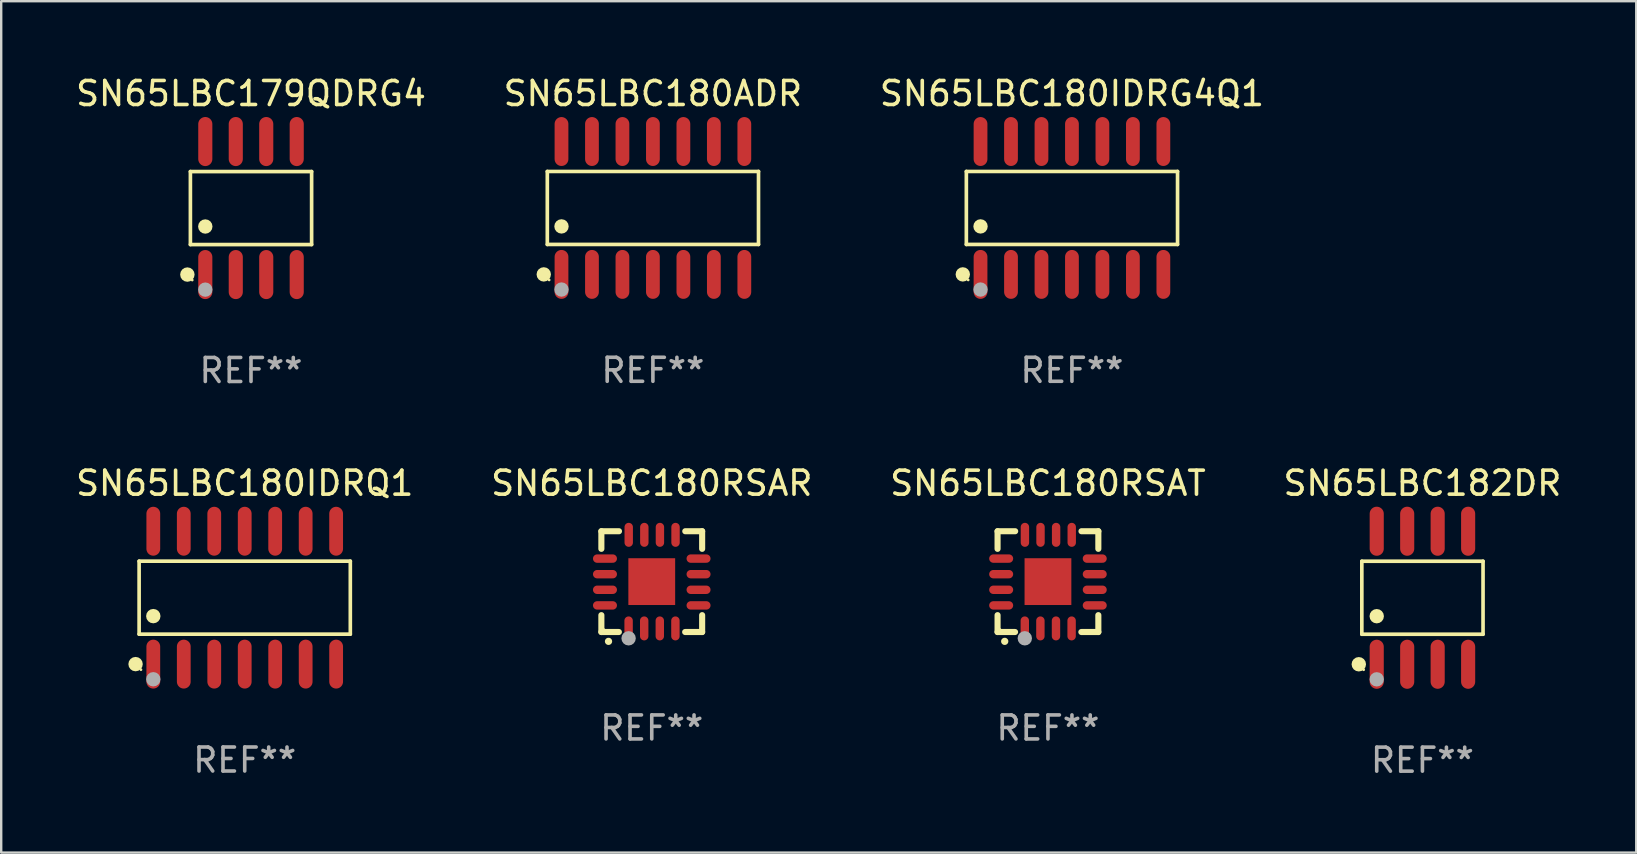
<source format=kicad_pcb>
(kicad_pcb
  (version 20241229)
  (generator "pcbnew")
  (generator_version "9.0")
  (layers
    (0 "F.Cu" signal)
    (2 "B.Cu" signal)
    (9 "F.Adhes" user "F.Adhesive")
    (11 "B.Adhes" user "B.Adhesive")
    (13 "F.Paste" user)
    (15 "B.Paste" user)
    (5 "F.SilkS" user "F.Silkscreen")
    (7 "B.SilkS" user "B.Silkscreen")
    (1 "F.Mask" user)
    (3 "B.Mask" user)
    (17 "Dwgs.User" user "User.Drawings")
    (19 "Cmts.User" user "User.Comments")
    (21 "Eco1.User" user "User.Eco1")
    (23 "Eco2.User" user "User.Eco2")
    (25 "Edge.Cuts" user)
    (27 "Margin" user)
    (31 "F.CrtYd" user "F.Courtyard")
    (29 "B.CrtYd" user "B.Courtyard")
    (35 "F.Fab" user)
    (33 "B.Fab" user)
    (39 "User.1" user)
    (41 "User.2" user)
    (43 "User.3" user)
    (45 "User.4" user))
  (footprint "SN65LBC180IDRQ1"
    (layer "F.Cu")
    (at 7.149 21.859)
    (property "Reference" "SN65LBC180IDRQ1" (at 0 -4.769 0) (layer "F.SilkS") (effects (font (size 1 1) (thickness 0.15))))
    (attr through_hole)
    (fp_line (start -4.401 -1.521) (end 4.401 -1.521) (stroke (width 0.152) (type solid)) (layer "F.SilkS"))
    (fp_line (start -4.401 1.521) (end -4.401 -1.521) (stroke (width 0.152) (type solid)) (layer "F.SilkS"))
    (fp_line (start 4.401 -1.521) (end 4.401 1.521) (stroke (width 0.152) (type solid)) (layer "F.SilkS"))
    (fp_line (start 4.401 1.521) (end -4.401 1.521) (stroke (width 0.152) (type solid)) (layer "F.SilkS"))
    (fp_circle (center -4.549 2.769) (end -4.399 2.769) (stroke (width 0.3) (type solid)) (fill no) (layer "F.SilkS"))
    (fp_circle (center -4.325 3) (end -4.295 3) (stroke (width 0.06) (type solid)) (fill no) (layer "F.SilkS"))
    (fp_circle (center -3.81 0.769) (end -3.66 0.769) (stroke (width 0.3) (type solid)) (fill no) (layer "F.SilkS"))
    (fp_circle (center -3.81 3.4) (end -3.66 3.4) (stroke (width 0.3) (type solid)) (fill no) (layer "F.Fab"))
    (fp_text user "REF**" (at 0 6.769 0) (layer "F.Fab") (effects (font (size 1 1) (thickness 0.15))))
    (pad "1" smd oval (at -3.81 2.769) (size 0.574 2.038) (layers "F.Cu" "F.Mask" "F.Paste"))
    (pad "2" smd oval (at -2.54 2.769) (size 0.574 2.038) (layers "F.Cu" "F.Mask" "F.Paste"))
    (pad "3" smd oval (at -1.27 2.769) (size 0.574 2.038) (layers "F.Cu" "F.Mask" "F.Paste"))
    (pad "4" smd oval (at 0 2.769) (size 0.574 2.038) (layers "F.Cu" "F.Mask" "F.Paste"))
    (pad "5" smd oval (at 1.27 2.769) (size 0.574 2.038) (layers "F.Cu" "F.Mask" "F.Paste"))
    (pad "6" smd oval (at 2.54 2.769) (size 0.574 2.038) (layers "F.Cu" "F.Mask" "F.Paste"))
    (pad "7" smd oval (at 3.81 2.769) (size 0.574 2.038) (layers "F.Cu" "F.Mask" "F.Paste"))
    (pad "8" smd oval (at 3.81 -2.769) (size 0.574 2.038) (layers "F.Cu" "F.Mask" "F.Paste"))
    (pad "9" smd oval (at 2.54 -2.769) (size 0.574 2.038) (layers "F.Cu" "F.Mask" "F.Paste"))
    (pad "10" smd oval (at 1.27 -2.769) (size 0.574 2.038) (layers "F.Cu" "F.Mask" "F.Paste"))
    (pad "11" smd oval (at 0 -2.769) (size 0.574 2.038) (layers "F.Cu" "F.Mask" "F.Paste"))
    (pad "12" smd oval (at -1.27 -2.769) (size 0.574 2.038) (layers "F.Cu" "F.Mask" "F.Paste"))
    (pad "13" smd oval (at -2.54 -2.769) (size 0.574 2.038) (layers "F.Cu" "F.Mask" "F.Paste"))
    (pad "14" smd oval (at -3.81 -2.769) (size 0.574 2.038) (layers "F.Cu" "F.Mask" "F.Paste")))
  (footprint "SN65LBC180IDRG4Q1"
    (layer "F.Cu")
    (at 41.625 5.617)
    (property "Reference" "SN65LBC180IDRG4Q1" (at 0 -4.769 0) (layer "F.SilkS") (effects (font (size 1 1) (thickness 0.15))))
    (attr through_hole)
    (fp_line (start -4.401 -1.521) (end 4.401 -1.521) (stroke (width 0.152) (type solid)) (layer "F.SilkS"))
    (fp_line (start -4.401 1.521) (end -4.401 -1.521) (stroke (width 0.152) (type solid)) (layer "F.SilkS"))
    (fp_line (start 4.401 -1.521) (end 4.401 1.521) (stroke (width 0.152) (type solid)) (layer "F.SilkS"))
    (fp_line (start 4.401 1.521) (end -4.401 1.521) (stroke (width 0.152) (type solid)) (layer "F.SilkS"))
    (fp_circle (center -4.549 2.769) (end -4.399 2.769) (stroke (width 0.3) (type solid)) (fill no) (layer "F.SilkS"))
    (fp_circle (center -4.325 3) (end -4.295 3) (stroke (width 0.06) (type solid)) (fill no) (layer "F.SilkS"))
    (fp_circle (center -3.81 0.769) (end -3.66 0.769) (stroke (width 0.3) (type solid)) (fill no) (layer "F.SilkS"))
    (fp_circle (center -3.81 3.4) (end -3.66 3.4) (stroke (width 0.3) (type solid)) (fill no) (layer "F.Fab"))
    (fp_text user "REF**" (at 0 6.769 0) (layer "F.Fab") (effects (font (size 1 1) (thickness 0.15))))
    (pad "1" smd oval (at -3.81 2.769) (size 0.574 2.038) (layers "F.Cu" "F.Mask" "F.Paste"))
    (pad "2" smd oval (at -2.54 2.769) (size 0.574 2.038) (layers "F.Cu" "F.Mask" "F.Paste"))
    (pad "3" smd oval (at -1.27 2.769) (size 0.574 2.038) (layers "F.Cu" "F.Mask" "F.Paste"))
    (pad "4" smd oval (at 0 2.769) (size 0.574 2.038) (layers "F.Cu" "F.Mask" "F.Paste"))
    (pad "5" smd oval (at 1.27 2.769) (size 0.574 2.038) (layers "F.Cu" "F.Mask" "F.Paste"))
    (pad "6" smd oval (at 2.54 2.769) (size 0.574 2.038) (layers "F.Cu" "F.Mask" "F.Paste"))
    (pad "7" smd oval (at 3.81 2.769) (size 0.574 2.038) (layers "F.Cu" "F.Mask" "F.Paste"))
    (pad "8" smd oval (at 3.81 -2.769) (size 0.574 2.038) (layers "F.Cu" "F.Mask" "F.Paste"))
    (pad "9" smd oval (at 2.54 -2.769) (size 0.574 2.038) (layers "F.Cu" "F.Mask" "F.Paste"))
    (pad "10" smd oval (at 1.27 -2.769) (size 0.574 2.038) (layers "F.Cu" "F.Mask" "F.Paste"))
    (pad "11" smd oval (at 0 -2.769) (size 0.574 2.038) (layers "F.Cu" "F.Mask" "F.Paste"))
    (pad "12" smd oval (at -1.27 -2.769) (size 0.574 2.038) (layers "F.Cu" "F.Mask" "F.Paste"))
    (pad "13" smd oval (at -2.54 -2.769) (size 0.574 2.038) (layers "F.Cu" "F.Mask" "F.Paste"))
    (pad "14" smd oval (at -3.81 -2.769) (size 0.574 2.038) (layers "F.Cu" "F.Mask" "F.Paste")))
  (footprint "SN65LBC179QDRG4"
    (layer "F.Cu")
    (at 7.411 5.621)
    (property "Reference" "SN65LBC179QDRG4" (at 0 -4.772 0) (layer "F.SilkS") (effects (font (size 1 1) (thickness 0.15))))
    (attr through_hole)
    (fp_line (start -2.526 -1.521) (end 2.526 -1.521) (stroke (width 0.152) (type solid)) (layer "F.SilkS"))
    (fp_line (start -2.526 1.521) (end -2.526 -1.521) (stroke (width 0.152) (type solid)) (layer "F.SilkS"))
    (fp_line (start 2.526 -1.521) (end 2.526 1.521) (stroke (width 0.152) (type solid)) (layer "F.SilkS"))
    (fp_line (start 2.526 1.521) (end -2.526 1.521) (stroke (width 0.152) (type solid)) (layer "F.SilkS"))
    (fp_circle (center -2.652 2.772) (end -2.501 2.772) (stroke (width 0.3) (type solid)) (fill no) (layer "F.SilkS"))
    (fp_circle (center -2.45 3) (end -2.42 3) (stroke (width 0.06) (type solid)) (fill no) (layer "F.SilkS"))
    (fp_circle (center -1.905 0.769) (end -1.755 0.769) (stroke (width 0.3) (type solid)) (fill no) (layer "F.SilkS"))
    (fp_circle (center -1.905 3.4) (end -1.755 3.4) (stroke (width 0.3) (type solid)) (fill no) (layer "F.Fab"))
    (fp_text user "REF**" (at 0 6.772 0) (layer "F.Fab") (effects (font (size 1 1) (thickness 0.15))))
    (pad "1" smd oval (at -1.905 2.772) (size 0.588 2.045) (layers "F.Cu" "F.Mask" "F.Paste"))
    (pad "2" smd oval (at -0.635 2.772) (size 0.588 2.045) (layers "F.Cu" "F.Mask" "F.Paste"))
    (pad "3" smd oval (at 0.635 2.772) (size 0.588 2.045) (layers "F.Cu" "F.Mask" "F.Paste"))
    (pad "4" smd oval (at 1.905 2.772) (size 0.588 2.045) (layers "F.Cu" "F.Mask" "F.Paste"))
    (pad "5" smd oval (at 1.905 -2.772) (size 0.588 2.045) (layers "F.Cu" "F.Mask" "F.Paste"))
    (pad "6" smd oval (at 0.635 -2.772) (size 0.588 2.045) (layers "F.Cu" "F.Mask" "F.Paste"))
    (pad "7" smd oval (at -0.635 -2.772) (size 0.588 2.045) (layers "F.Cu" "F.Mask" "F.Paste"))
    (pad "8" smd oval (at -1.905 -2.772) (size 0.588 2.045) (layers "F.Cu" "F.Mask" "F.Paste")))
  (footprint "SN65LBC182DR"
    (layer "F.Cu")
    (at 56.232 21.862)
    (property "Reference" "SN65LBC182DR" (at 0 -4.772 0) (layer "F.SilkS") (effects (font (size 1 1) (thickness 0.15))))
    (attr through_hole)
    (fp_line (start -2.526 -1.521) (end 2.526 -1.521) (stroke (width 0.152) (type solid)) (layer "F.SilkS"))
    (fp_line (start -2.526 1.521) (end -2.526 -1.521) (stroke (width 0.152) (type solid)) (layer "F.SilkS"))
    (fp_line (start 2.526 -1.521) (end 2.526 1.521) (stroke (width 0.152) (type solid)) (layer "F.SilkS"))
    (fp_line (start 2.526 1.521) (end -2.526 1.521) (stroke (width 0.152) (type solid)) (layer "F.SilkS"))
    (fp_circle (center -2.652 2.772) (end -2.501 2.772) (stroke (width 0.3) (type solid)) (fill no) (layer "F.SilkS"))
    (fp_circle (center -2.45 3) (end -2.42 3) (stroke (width 0.06) (type solid)) (fill no) (layer "F.SilkS"))
    (fp_circle (center -1.905 0.769) (end -1.755 0.769) (stroke (width 0.3) (type solid)) (fill no) (layer "F.SilkS"))
    (fp_circle (center -1.905 3.4) (end -1.755 3.4) (stroke (width 0.3) (type solid)) (fill no) (layer "F.Fab"))
    (fp_text user "REF**" (at 0 6.772 0) (layer "F.Fab") (effects (font (size 1 1) (thickness 0.15))))
    (pad "1" smd oval (at -1.905 2.772) (size 0.588 2.045) (layers "F.Cu" "F.Mask" "F.Paste"))
    (pad "2" smd oval (at -0.635 2.772) (size 0.588 2.045) (layers "F.Cu" "F.Mask" "F.Paste"))
    (pad "3" smd oval (at 0.635 2.772) (size 0.588 2.045) (layers "F.Cu" "F.Mask" "F.Paste"))
    (pad "4" smd oval (at 1.905 2.772) (size 0.588 2.045) (layers "F.Cu" "F.Mask" "F.Paste"))
    (pad "5" smd oval (at 1.905 -2.772) (size 0.588 2.045) (layers "F.Cu" "F.Mask" "F.Paste"))
    (pad "6" smd oval (at 0.635 -2.772) (size 0.588 2.045) (layers "F.Cu" "F.Mask" "F.Paste"))
    (pad "7" smd oval (at -0.635 -2.772) (size 0.588 2.045) (layers "F.Cu" "F.Mask" "F.Paste"))
    (pad "8" smd oval (at -1.905 -2.772) (size 0.588 2.045) (layers "F.Cu" "F.Mask" "F.Paste")))
  (footprint "SN65LBC180ADR"
    (layer "F.Cu")
    (at 24.161 5.617)
    (property "Reference" "SN65LBC180ADR" (at 0 -4.769 0) (layer "F.SilkS") (effects (font (size 1 1) (thickness 0.15))))
    (attr through_hole)
    (fp_line (start -4.401 -1.521) (end 4.401 -1.521) (stroke (width 0.152) (type solid)) (layer "F.SilkS"))
    (fp_line (start -4.401 1.521) (end -4.401 -1.521) (stroke (width 0.152) (type solid)) (layer "F.SilkS"))
    (fp_line (start 4.401 -1.521) (end 4.401 1.521) (stroke (width 0.152) (type solid)) (layer "F.SilkS"))
    (fp_line (start 4.401 1.521) (end -4.401 1.521) (stroke (width 0.152) (type solid)) (layer "F.SilkS"))
    (fp_circle (center -4.549 2.769) (end -4.399 2.769) (stroke (width 0.3) (type solid)) (fill no) (layer "F.SilkS"))
    (fp_circle (center -4.325 3) (end -4.295 3) (stroke (width 0.06) (type solid)) (fill no) (layer "F.SilkS"))
    (fp_circle (center -3.81 0.769) (end -3.66 0.769) (stroke (width 0.3) (type solid)) (fill no) (layer "F.SilkS"))
    (fp_circle (center -3.81 3.4) (end -3.66 3.4) (stroke (width 0.3) (type solid)) (fill no) (layer "F.Fab"))
    (fp_text user "REF**" (at 0 6.769 0) (layer "F.Fab") (effects (font (size 1 1) (thickness 0.15))))
    (pad "1" smd oval (at -3.81 2.769) (size 0.574 2.038) (layers "F.Cu" "F.Mask" "F.Paste"))
    (pad "2" smd oval (at -2.54 2.769) (size 0.574 2.038) (layers "F.Cu" "F.Mask" "F.Paste"))
    (pad "3" smd oval (at -1.27 2.769) (size 0.574 2.038) (layers "F.Cu" "F.Mask" "F.Paste"))
    (pad "4" smd oval (at 0 2.769) (size 0.574 2.038) (layers "F.Cu" "F.Mask" "F.Paste"))
    (pad "5" smd oval (at 1.27 2.769) (size 0.574 2.038) (layers "F.Cu" "F.Mask" "F.Paste"))
    (pad "6" smd oval (at 2.54 2.769) (size 0.574 2.038) (layers "F.Cu" "F.Mask" "F.Paste"))
    (pad "7" smd oval (at 3.81 2.769) (size 0.574 2.038) (layers "F.Cu" "F.Mask" "F.Paste"))
    (pad "8" smd oval (at 3.81 -2.769) (size 0.574 2.038) (layers "F.Cu" "F.Mask" "F.Paste"))
    (pad "9" smd oval (at 2.54 -2.769) (size 0.574 2.038) (layers "F.Cu" "F.Mask" "F.Paste"))
    (pad "10" smd oval (at 1.27 -2.769) (size 0.574 2.038) (layers "F.Cu" "F.Mask" "F.Paste"))
    (pad "11" smd oval (at 0 -2.769) (size 0.574 2.038) (layers "F.Cu" "F.Mask" "F.Paste"))
    (pad "12" smd oval (at -1.27 -2.769) (size 0.574 2.038) (layers "F.Cu" "F.Mask" "F.Paste"))
    (pad "13" smd oval (at -2.54 -2.769) (size 0.574 2.038) (layers "F.Cu" "F.Mask" "F.Paste"))
    (pad "14" smd oval (at -3.81 -2.769) (size 0.574 2.038) (layers "F.Cu" "F.Mask" "F.Paste")))
  (footprint "SN65LBC180RSAT"
    (layer "F.Cu")
    (at 40.625 21.19)
    (property "Reference" "SN65LBC180RSAT" (at 0 -4.1 0) (layer "F.SilkS") (effects (font (size 1 1) (thickness 0.15))))
    (attr through_hole)
    (fp_line (start -2.1 -2.1) (end -1.366 -2.1) (stroke (width 0.254) (type solid)) (layer "F.SilkS"))
    (fp_line (start -2.1 -1.366) (end -2.1 -2.1) (stroke (width 0.254) (type solid)) (layer "F.SilkS"))
    (fp_line (start -2.1 2.1) (end -2.1 1.397) (stroke (width 0.254) (type solid)) (layer "F.SilkS"))
    (fp_line (start -2.1 2.1) (end -1.371 2.1) (stroke (width 0.254) (type solid)) (layer "F.SilkS"))
    (fp_line (start 1.392 2.1) (end 2.1 2.1) (stroke (width 0.254) (type solid)) (layer "F.SilkS"))
    (fp_line (start 1.397 -2.1) (end 2.1 -2.1) (stroke (width 0.254) (type solid)) (layer "F.SilkS"))
    (fp_line (start 2.1 -1.366) (end 2.1 -2.1) (stroke (width 0.254) (type solid)) (layer "F.SilkS"))
    (fp_line (start 2.1 2.1) (end 2.1 1.397) (stroke (width 0.254) (type solid)) (layer "F.SilkS"))
    (fp_arc (start -1.803404 2.489205) (mid -1.802134 2.4892) (end -1.800864 2.489205) (stroke (width 0.3) (type solid)) (layer "F.SilkS"))
    (fp_circle (center -2 2) (end -1.97 2) (stroke (width 0.06) (type solid)) (fill no) (layer "F.SilkS"))
    (fp_circle (center -0.965 2.362) (end -0.815 2.362) (stroke (width 0.3) (type solid)) (fill no) (layer "F.Fab"))
    (fp_text user "REF**" (at 0 6.1 0) (layer "F.Fab") (effects (font (size 1 1) (thickness 0.15))))
    (pad "1" smd oval (at -0.965 1.95) (size 0.35 1) (layers "F.Cu" "F.Mask" "F.Paste"))
    (pad "2" smd oval (at -0.315 1.95) (size 0.35 1) (layers "F.Cu" "F.Mask" "F.Paste"))
    (pad "3" smd oval (at 0.335 1.95) (size 0.35 1) (layers "F.Cu" "F.Mask" "F.Paste"))
    (pad "4" smd oval (at 0.986 1.95) (size 0.35 1) (layers "F.Cu" "F.Mask" "F.Paste"))
    (pad "5" smd oval (at 1.95 0.991) (size 1 0.35) (layers "F.Cu" "F.Mask" "F.Paste"))
    (pad "6" smd oval (at 1.95 0.34) (size 1 0.35) (layers "F.Cu" "F.Mask" "F.Paste"))
    (pad "7" smd oval (at 1.95 -0.31) (size 1 0.35) (layers "F.Cu" "F.Mask" "F.Paste"))
    (pad "8" smd oval (at 1.95 -0.96) (size 1 0.35) (layers "F.Cu" "F.Mask" "F.Paste"))
    (pad "9" smd oval (at 0.991 -1.95) (size 0.35 1) (layers "F.Cu" "F.Mask" "F.Paste"))
    (pad "10" smd oval (at 0.34 -1.95) (size 0.35 1) (layers "F.Cu" "F.Mask" "F.Paste"))
    (pad "11" smd oval (at -0.31 -1.95) (size 0.35 1) (layers "F.Cu" "F.Mask" "F.Paste"))
    (pad "12" smd oval (at -0.96 -1.95) (size 0.35 1) (layers "F.Cu" "F.Mask" "F.Paste"))
    (pad "13" smd oval (at -1.95 -0.96) (size 1 0.35) (layers "F.Cu" "F.Mask" "F.Paste"))
    (pad "14" smd oval (at -1.95 -0.31) (size 1 0.35) (layers "F.Cu" "F.Mask" "F.Paste"))
    (pad "15" smd oval (at -1.95 0.34) (size 1 0.35) (layers "F.Cu" "F.Mask" "F.Paste"))
    (pad "16" smd oval (at -1.95 0.991) (size 1 0.35) (layers "F.Cu" "F.Mask" "F.Paste"))
    (pad "17" smd rect (at 0 0) (size 1.95 1.95) (layers "F.Cu" "F.Mask" "F.Paste")))
  (footprint "SN65LBC180RSAR"
    (layer "F.Cu")
    (at 24.113 21.19)
    (property "Reference" "SN65LBC180RSAR" (at 0 -4.1 0) (layer "F.SilkS") (effects (font (size 1 1) (thickness 0.15))))
    (attr through_hole)
    (fp_line (start -2.1 -2.1) (end -1.366 -2.1) (stroke (width 0.254) (type solid)) (layer "F.SilkS"))
    (fp_line (start -2.1 -1.366) (end -2.1 -2.1) (stroke (width 0.254) (type solid)) (layer "F.SilkS"))
    (fp_line (start -2.1 2.1) (end -2.1 1.397) (stroke (width 0.254) (type solid)) (layer "F.SilkS"))
    (fp_line (start -2.1 2.1) (end -1.371 2.1) (stroke (width 0.254) (type solid)) (layer "F.SilkS"))
    (fp_line (start 1.392 2.1) (end 2.1 2.1) (stroke (width 0.254) (type solid)) (layer "F.SilkS"))
    (fp_line (start 1.397 -2.1) (end 2.1 -2.1) (stroke (width 0.254) (type solid)) (layer "F.SilkS"))
    (fp_line (start 2.1 -1.366) (end 2.1 -2.1) (stroke (width 0.254) (type solid)) (layer "F.SilkS"))
    (fp_line (start 2.1 2.1) (end 2.1 1.397) (stroke (width 0.254) (type solid)) (layer "F.SilkS"))
    (fp_arc (start -1.803404 2.489205) (mid -1.802134 2.4892) (end -1.800864 2.489205) (stroke (width 0.3) (type solid)) (layer "F.SilkS"))
    (fp_circle (center -2 2) (end -1.97 2) (stroke (width 0.06) (type solid)) (fill no) (layer "F.SilkS"))
    (fp_circle (center -0.965 2.362) (end -0.815 2.362) (stroke (width 0.3) (type solid)) (fill no) (layer "F.Fab"))
    (fp_text user "REF**" (at 0 6.1 0) (layer "F.Fab") (effects (font (size 1 1) (thickness 0.15))))
    (pad "1" smd oval (at -0.965 1.95) (size 0.35 1) (layers "F.Cu" "F.Mask" "F.Paste"))
    (pad "2" smd oval (at -0.315 1.95) (size 0.35 1) (layers "F.Cu" "F.Mask" "F.Paste"))
    (pad "3" smd oval (at 0.335 1.95) (size 0.35 1) (layers "F.Cu" "F.Mask" "F.Paste"))
    (pad "4" smd oval (at 0.986 1.95) (size 0.35 1) (layers "F.Cu" "F.Mask" "F.Paste"))
    (pad "5" smd oval (at 1.95 0.991) (size 1 0.35) (layers "F.Cu" "F.Mask" "F.Paste"))
    (pad "6" smd oval (at 1.95 0.34) (size 1 0.35) (layers "F.Cu" "F.Mask" "F.Paste"))
    (pad "7" smd oval (at 1.95 -0.31) (size 1 0.35) (layers "F.Cu" "F.Mask" "F.Paste"))
    (pad "8" smd oval (at 1.95 -0.96) (size 1 0.35) (layers "F.Cu" "F.Mask" "F.Paste"))
    (pad "9" smd oval (at 0.991 -1.95) (size 0.35 1) (layers "F.Cu" "F.Mask" "F.Paste"))
    (pad "10" smd oval (at 0.34 -1.95) (size 0.35 1) (layers "F.Cu" "F.Mask" "F.Paste"))
    (pad "11" smd oval (at -0.31 -1.95) (size 0.35 1) (layers "F.Cu" "F.Mask" "F.Paste"))
    (pad "12" smd oval (at -0.96 -1.95) (size 0.35 1) (layers "F.Cu" "F.Mask" "F.Paste"))
    (pad "13" smd oval (at -1.95 -0.96) (size 1 0.35) (layers "F.Cu" "F.Mask" "F.Paste"))
    (pad "14" smd oval (at -1.95 -0.31) (size 1 0.35) (layers "F.Cu" "F.Mask" "F.Paste"))
    (pad "15" smd oval (at -1.95 0.34) (size 1 0.35) (layers "F.Cu" "F.Mask" "F.Paste"))
    (pad "16" smd oval (at -1.95 0.991) (size 1 0.35) (layers "F.Cu" "F.Mask" "F.Paste"))
    (pad "17" smd rect (at 0 0) (size 1.95 1.95) (layers "F.Cu" "F.Mask" "F.Paste")))
  (gr_rect
    (start -3 -3)
    (end 65.143 32.483)
    (stroke (width 0.1) (type default))
    (fill no)
    (layer "Edge.Cuts")))
</source>
